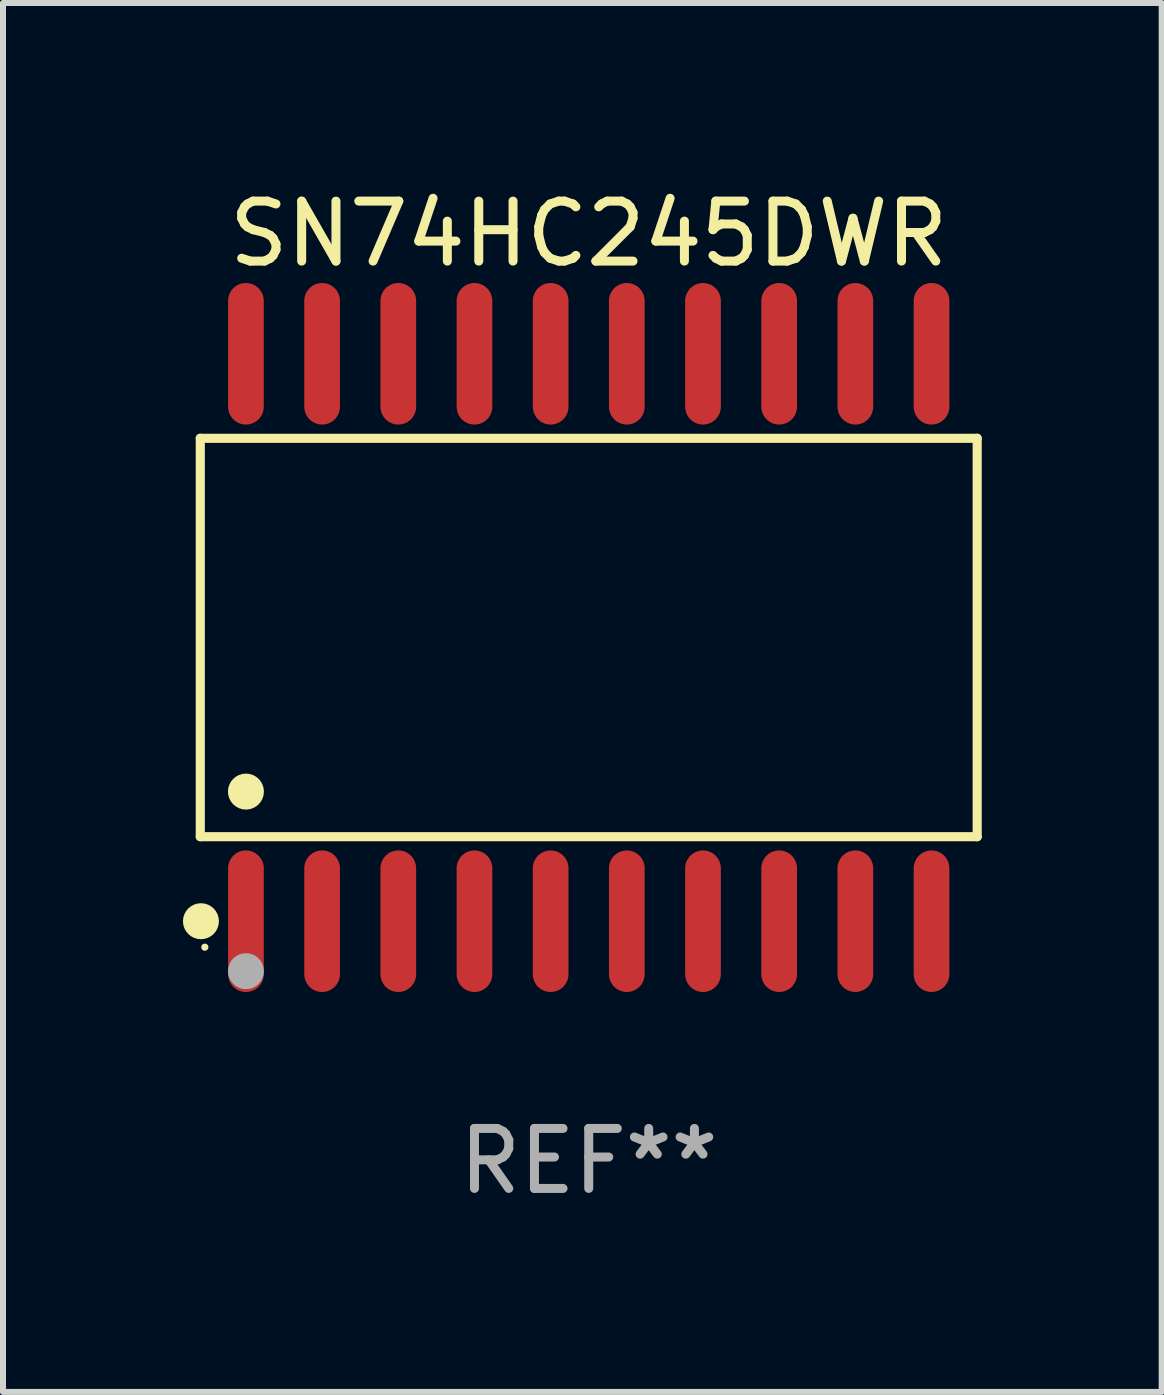
<source format=kicad_pcb>
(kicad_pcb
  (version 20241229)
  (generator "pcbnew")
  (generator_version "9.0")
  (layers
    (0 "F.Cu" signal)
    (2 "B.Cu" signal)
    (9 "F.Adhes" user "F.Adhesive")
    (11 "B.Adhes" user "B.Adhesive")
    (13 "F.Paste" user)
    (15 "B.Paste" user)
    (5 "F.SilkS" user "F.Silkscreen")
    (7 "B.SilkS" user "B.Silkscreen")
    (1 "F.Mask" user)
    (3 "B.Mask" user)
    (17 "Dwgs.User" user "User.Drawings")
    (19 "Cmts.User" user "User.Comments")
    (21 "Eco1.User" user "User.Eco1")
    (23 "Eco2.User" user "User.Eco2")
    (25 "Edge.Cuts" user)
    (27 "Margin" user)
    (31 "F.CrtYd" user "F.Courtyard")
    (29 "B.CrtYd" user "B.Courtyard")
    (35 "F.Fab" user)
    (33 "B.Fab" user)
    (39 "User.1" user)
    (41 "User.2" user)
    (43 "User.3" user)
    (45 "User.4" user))
  (footprint "SN74HC245DWR"
    (layer "F.Cu")
    (at 6.765 7.578)
    (property "Reference" "SN74HC245DWR" (at 0 -6.73 0) (layer "F.SilkS") (effects (font (size 1 1) (thickness 0.15))))
    (attr through_hole)
    (fp_line (start -6.476 -3.321) (end 6.476 -3.321) (stroke (width 0.152) (type solid)) (layer "F.SilkS"))
    (fp_line (start -6.476 3.321) (end -6.476 -3.321) (stroke (width 0.152) (type solid)) (layer "F.SilkS"))
    (fp_line (start 6.476 -3.321) (end 6.476 3.321) (stroke (width 0.152) (type solid)) (layer "F.SilkS"))
    (fp_line (start 6.476 3.321) (end -6.476 3.321) (stroke (width 0.152) (type solid)) (layer "F.SilkS"))
    (fp_circle (center -6.465 4.73) (end -6.315 4.73) (stroke (width 0.3) (type solid)) (fill no) (layer "F.SilkS"))
    (fp_circle (center -6.4 5.163) (end -6.37 5.163) (stroke (width 0.06) (type solid)) (fill no) (layer "F.SilkS"))
    (fp_circle (center -5.715 2.569) (end -5.565 2.569) (stroke (width 0.3) (type solid)) (fill no) (layer "F.SilkS"))
    (fp_circle (center -5.715 5.563) (end -5.565 5.563) (stroke (width 0.3) (type solid)) (fill no) (layer "F.Fab"))
    (fp_text user "REF**" (at 0 8.73 0) (layer "F.Fab") (effects (font (size 1 1) (thickness 0.15))))
    (pad "1" smd oval (at -5.715 4.73) (size 0.595 2.36) (layers "F.Cu" "F.Mask" "F.Paste"))
    (pad "2" smd oval (at -4.445 4.73) (size 0.595 2.36) (layers "F.Cu" "F.Mask" "F.Paste"))
    (pad "3" smd oval (at -3.175 4.73) (size 0.595 2.36) (layers "F.Cu" "F.Mask" "F.Paste"))
    (pad "4" smd oval (at -1.905 4.73) (size 0.595 2.36) (layers "F.Cu" "F.Mask" "F.Paste"))
    (pad "5" smd oval (at -0.635 4.73) (size 0.595 2.36) (layers "F.Cu" "F.Mask" "F.Paste"))
    (pad "6" smd oval (at 0.635 4.73) (size 0.595 2.36) (layers "F.Cu" "F.Mask" "F.Paste"))
    (pad "7" smd oval (at 1.905 4.73) (size 0.595 2.36) (layers "F.Cu" "F.Mask" "F.Paste"))
    (pad "8" smd oval (at 3.175 4.73) (size 0.595 2.36) (layers "F.Cu" "F.Mask" "F.Paste"))
    (pad "9" smd oval (at 4.445 4.73) (size 0.595 2.36) (layers "F.Cu" "F.Mask" "F.Paste"))
    (pad "10" smd oval (at 5.715 4.73) (size 0.595 2.36) (layers "F.Cu" "F.Mask" "F.Paste"))
    (pad "11" smd oval (at 5.715 -4.73) (size 0.595 2.36) (layers "F.Cu" "F.Mask" "F.Paste"))
    (pad "12" smd oval (at 4.445 -4.73) (size 0.595 2.36) (layers "F.Cu" "F.Mask" "F.Paste"))
    (pad "13" smd oval (at 3.175 -4.73) (size 0.595 2.36) (layers "F.Cu" "F.Mask" "F.Paste"))
    (pad "14" smd oval (at 1.905 -4.73) (size 0.595 2.36) (layers "F.Cu" "F.Mask" "F.Paste"))
    (pad "15" smd oval (at 0.635 -4.73) (size 0.595 2.36) (layers "F.Cu" "F.Mask" "F.Paste"))
    (pad "16" smd oval (at -0.635 -4.73) (size 0.595 2.36) (layers "F.Cu" "F.Mask" "F.Paste"))
    (pad "17" smd oval (at -1.905 -4.73) (size 0.595 2.36) (layers "F.Cu" "F.Mask" "F.Paste"))
    (pad "18" smd oval (at -3.175 -4.73) (size 0.595 2.36) (layers "F.Cu" "F.Mask" "F.Paste"))
    (pad "19" smd oval (at -4.445 -4.73) (size 0.595 2.36) (layers "F.Cu" "F.Mask" "F.Paste"))
    (pad "20" smd oval (at -5.715 -4.73) (size 0.595 2.36) (layers "F.Cu" "F.Mask" "F.Paste")))
  (gr_rect
    (start -3 -3)
    (end 16.317 20.156)
    (stroke (width 0.1) (type default))
    (fill no)
    (layer "Edge.Cuts")))
</source>
